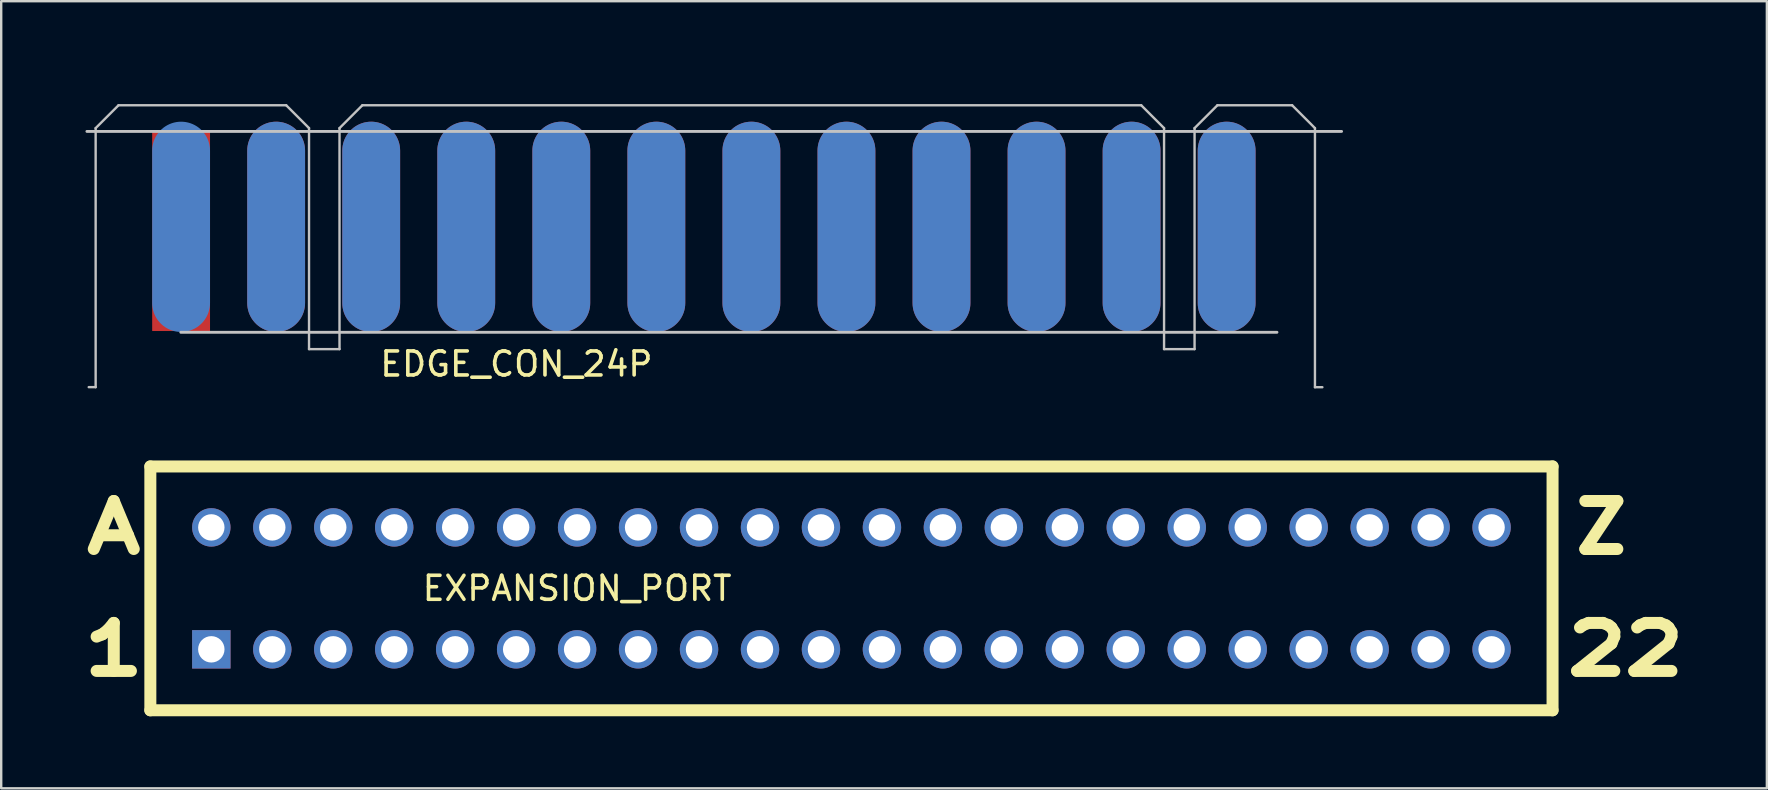
<source format=kicad_pcb>
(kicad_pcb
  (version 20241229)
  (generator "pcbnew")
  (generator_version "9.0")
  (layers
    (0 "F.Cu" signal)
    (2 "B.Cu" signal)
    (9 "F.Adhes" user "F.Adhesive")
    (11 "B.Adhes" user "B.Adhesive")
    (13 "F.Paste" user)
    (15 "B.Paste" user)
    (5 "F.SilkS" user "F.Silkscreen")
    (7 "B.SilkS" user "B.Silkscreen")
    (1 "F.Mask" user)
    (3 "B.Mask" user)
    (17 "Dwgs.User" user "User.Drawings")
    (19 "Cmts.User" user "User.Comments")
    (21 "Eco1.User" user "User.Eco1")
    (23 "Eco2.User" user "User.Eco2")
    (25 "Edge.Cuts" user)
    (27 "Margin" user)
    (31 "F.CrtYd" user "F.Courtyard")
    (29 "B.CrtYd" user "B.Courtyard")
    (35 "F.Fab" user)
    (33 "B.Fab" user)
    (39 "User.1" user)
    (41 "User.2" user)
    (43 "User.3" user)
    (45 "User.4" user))
  (footprint "EDGE_CON_24P"
    (layer "F.Cu")
    (at 4.495 6.4)
    (property "Reference" "EDGE_CON_24P" (at 13.97 5.715 0) (layer "F.SilkS") (effects (font (size 1 1) (thickness 0.15))))
    (attr through_hole)
    (fp_poly (pts (xy -4.445 -6.35) (xy 48.26 -6.35) (xy 48.26 5.08) (xy -4.445 5.08)) (stroke (width 0.1) (type solid)) (fill yes) (layer "F.Mask"))
    (fp_poly (pts (xy -4.445 5.08) (xy 48.26 5.08) (xy 48.26 -6.35) (xy -4.445 -6.35)) (stroke (width 0.1) (type solid)) (fill yes) (layer "B.Mask"))
    (fp_line (start -3.924 -3.975) (end 48.349 -3.975) (stroke (width 0.12) (type solid)) (layer "Dwgs.User"))
    (fp_line (start -3.56 -4.112) (end -2.607 -5.065) (stroke (width 0.1) (type solid)) (layer "Dwgs.User"))
    (fp_line (start -3.56 6.68) (end -3.848 6.68) (stroke (width 0.1) (type solid)) (layer "Dwgs.User"))
    (fp_line (start -3.56 6.68) (end -3.56 -4.112) (stroke (width 0.1) (type solid)) (layer "Dwgs.User"))
    (fp_line (start -2.607 -5.065) (end 4.378 -5.065) (stroke (width 0.1) (type solid)) (layer "Dwgs.User"))
    (fp_line (start -0.013 4.394) (end 45.657 4.394) (stroke (width 0.12) (type solid)) (layer "Dwgs.User"))
    (fp_line (start 4.378 -5.065) (end 5.33 -4.112) (stroke (width 0.1) (type solid)) (layer "Dwgs.User"))
    (fp_line (start 5.33 -4.112) (end 5.33 5.095) (stroke (width 0.1) (type solid)) (layer "Dwgs.User"))
    (fp_line (start 5.33 5.095) (end 6.6 5.095) (stroke (width 0.1) (type solid)) (layer "Dwgs.User"))
    (fp_line (start 6.6 -4.112) (end 7.553 -5.065) (stroke (width 0.1) (type solid)) (layer "Dwgs.User"))
    (fp_line (start 6.6 5.095) (end 6.6 -4.112) (stroke (width 0.1) (type solid)) (layer "Dwgs.User"))
    (fp_line (start 7.553 -5.065) (end 40.001 -5.065) (stroke (width 0.1) (type solid)) (layer "Dwgs.User"))
    (fp_line (start 40.953 -4.112) (end 40.001 -5.065) (stroke (width 0.1) (type solid)) (layer "Dwgs.User"))
    (fp_line (start 40.953 -4.112) (end 40.953 5.095) (stroke (width 0.1) (type solid)) (layer "Dwgs.User"))
    (fp_line (start 40.953 5.095) (end 42.224 5.095) (stroke (width 0.1) (type solid)) (layer "Dwgs.User"))
    (fp_line (start 42.224 -4.112) (end 43.176 -5.065) (stroke (width 0.1) (type solid)) (layer "Dwgs.User"))
    (fp_line (start 42.224 5.095) (end 42.224 -4.112) (stroke (width 0.1) (type solid)) (layer "Dwgs.User"))
    (fp_line (start 43.176 -5.065) (end 46.288 -5.065) (stroke (width 0.1) (type solid)) (layer "Dwgs.User"))
    (fp_line (start 46.288 -5.065) (end 47.24 -4.112) (stroke (width 0.1) (type solid)) (layer "Dwgs.User"))
    (fp_line (start 47.24 -4.112) (end 47.24 6.683) (stroke (width 0.1) (type solid)) (layer "Dwgs.User"))
    (fp_line (start 47.24 6.683) (end 47.549 6.683) (stroke (width 0.1) (type solid)) (layer "Dwgs.User"))
    (pad "1" smd oval (at 43.56 0) (size 2.41 8.76) (layers "F.Cu" "F.Mask"))
    (pad "2" smd oval (at 39.6 0) (size 2.41 8.76) (layers "F.Cu" "F.Mask"))
    (pad "3" smd oval (at 35.64 0) (size 2.41 8.76) (layers "F.Cu" "F.Mask"))
    (pad "4" smd oval (at 31.68 0) (size 2.41 8.76) (layers "F.Cu" "F.Mask"))
    (pad "5" smd oval (at 27.72 0) (size 2.41 8.76) (layers "F.Cu" "F.Mask"))
    (pad "6" smd oval (at 23.76 0) (size 2.41 8.76) (layers "F.Cu" "F.Mask"))
    (pad "7" smd oval (at 19.8 0) (size 2.41 8.76) (layers "F.Cu" "F.Mask"))
    (pad "8" smd oval (at 15.84 0) (size 2.41 8.76) (layers "F.Cu" "F.Mask"))
    (pad "9" smd oval (at 11.88 0) (size 2.41 8.76) (layers "F.Cu" "F.Mask"))
    (pad "10" smd oval (at 7.92 0) (size 2.41 8.76) (layers "F.Cu" "F.Mask"))
    (pad "11" smd oval (at 3.96 0) (size 2.41 8.76) (layers "F.Cu" "F.Mask"))
    (pad "12" smd rect (at 0 0.191) (size 2.41 8.3) (layers "F.Cu" "F.Mask"))
    (pad "A" smd oval (at 43.56 0) (size 2.41 8.76) (layers "B.Cu" "B.Mask"))
    (pad "B" smd oval (at 39.6 0) (size 2.41 8.76) (layers "F.Mask" "B.Cu"))
    (pad "C" smd oval (at 35.64 0) (size 2.41 8.76) (layers "F.Mask" "B.Cu"))
    (pad "D" smd oval (at 31.68 0) (size 2.41 8.76) (layers "F.Mask" "B.Cu"))
    (pad "E" smd oval (at 27.72 0) (size 2.41 8.76) (layers "F.Mask" "B.Cu"))
    (pad "F" smd oval (at 23.76 0) (size 2.41 8.76) (layers "F.Mask" "B.Cu"))
    (pad "H" smd oval (at 19.8 0) (size 2.41 8.76) (layers "F.Mask" "B.Cu"))
    (pad "J" smd oval (at 15.84 0) (size 2.41 8.76) (layers "F.Mask" "B.Cu"))
    (pad "K" smd oval (at 11.88 0) (size 2.41 8.76) (layers "F.Mask" "B.Cu"))
    (pad "L" smd oval (at 7.92 0) (size 2.41 8.76) (layers "F.Mask" "B.Cu"))
    (pad "M" smd oval (at 3.96 0) (size 2.41 8.76) (layers "F.Mask" "B.Cu"))
    (pad "N" smd oval (at 0 0) (size 2.41 8.76) (layers "F.Mask" "B.Cu")))
  (footprint "EXPANSION_PORT"
    (layer "F.Cu")
    (at 5.754 24.003)
    (property "Reference" "EXPANSION_PORT" (at 15.24 -2.54 0) (layer "F.SilkS") (effects (font (size 1 1) (thickness 0.15))))
    (attr through_hole)
    (fp_line (start -2.54 -7.62) (end -2.54 2.54) (stroke (width 0.5) (type solid)) (layer "F.SilkS"))
    (fp_line (start -2.54 -7.62) (end 55.88 -7.62) (stroke (width 0.5) (type solid)) (layer "F.SilkS"))
    (fp_line (start -2.54 2.54) (end 55.88 2.54) (stroke (width 0.5) (type solid)) (layer "F.SilkS"))
    (fp_line (start 55.88 -7.62) (end 55.88 2.54) (stroke (width 0.5) (type solid)) (layer "F.SilkS"))
    (fp_text user "1" (at -4.064 0 0) (layer "F.SilkS") (effects (font (size 2 2.5) (thickness 0.5))))
    (fp_text user "Z" (at 57.912 -5.08 0) (layer "F.SilkS") (effects (font (size 2 2) (thickness 0.5))))
    (fp_text user "22" (at 58.928 0 0) (layer "F.SilkS") (effects (font (size 2 2.5) (thickness 0.5))))
    (fp_text user "A" (at -4.064 -5.08 0) (layer "F.SilkS") (effects (font (size 2 2.5) (thickness 0.5))))
    (pad "1" thru_hole rect (at 0 0) (size 1.6 1.6) (drill 1.1) (layers "*.Cu" "*.Mask"))
    (pad "2" thru_hole circle (at 2.54 0) (size 1.6 1.6) (drill 1.1) (layers "*.Cu" "*.Mask"))
    (pad "3" thru_hole circle (at 5.08 0) (size 1.6 1.6) (drill 1.1) (layers "*.Cu" "*.Mask"))
    (pad "4" thru_hole circle (at 7.62 0) (size 1.6 1.6) (drill 1.1) (layers "*.Cu" "*.Mask"))
    (pad "5" thru_hole circle (at 10.16 0) (size 1.6 1.6) (drill 1.1) (layers "*.Cu" "*.Mask"))
    (pad "6" thru_hole circle (at 12.7 0) (size 1.6 1.6) (drill 1.1) (layers "*.Cu" "*.Mask"))
    (pad "7" thru_hole circle (at 15.24 0) (size 1.6 1.6) (drill 1.1) (layers "*.Cu" "*.Mask"))
    (pad "8" thru_hole circle (at 17.78 0) (size 1.6 1.6) (drill 1.1) (layers "*.Cu" "*.Mask"))
    (pad "9" thru_hole circle (at 20.32 0) (size 1.6 1.6) (drill 1.1) (layers "*.Cu" "*.Mask"))
    (pad "10" thru_hole circle (at 22.86 0) (size 1.6 1.6) (drill 1.1) (layers "*.Cu" "*.Mask"))
    (pad "11" thru_hole circle (at 25.4 0) (size 1.6 1.6) (drill 1.1) (layers "*.Cu" "*.Mask"))
    (pad "12" thru_hole circle (at 27.94 0) (size 1.6 1.6) (drill 1.1) (layers "*.Cu" "*.Mask"))
    (pad "13" thru_hole circle (at 30.48 0) (size 1.6 1.6) (drill 1.1) (layers "*.Cu" "*.Mask"))
    (pad "14" thru_hole circle (at 33.02 0) (size 1.6 1.6) (drill 1.1) (layers "*.Cu" "*.Mask"))
    (pad "15" thru_hole circle (at 35.56 0) (size 1.6 1.6) (drill 1.1) (layers "*.Cu" "*.Mask"))
    (pad "16" thru_hole circle (at 38.1 0) (size 1.6 1.6) (drill 1.1) (layers "*.Cu" "*.Mask"))
    (pad "17" thru_hole circle (at 40.64 0) (size 1.6 1.6) (drill 1.1) (layers "*.Cu" "*.Mask"))
    (pad "18" thru_hole circle (at 43.18 0) (size 1.6 1.6) (drill 1.1) (layers "*.Cu" "*.Mask"))
    (pad "19" thru_hole circle (at 45.72 0) (size 1.6 1.6) (drill 1.1) (layers "*.Cu" "*.Mask"))
    (pad "20" thru_hole circle (at 48.26 0) (size 1.6 1.6) (drill 1.1) (layers "*.Cu" "*.Mask"))
    (pad "21" thru_hole circle (at 50.8 0) (size 1.6 1.6) (drill 1.1) (layers "*.Cu" "*.Mask"))
    (pad "22" thru_hole circle (at 53.34 0) (size 1.6 1.6) (drill 1.1) (layers "*.Cu" "*.Mask"))
    (pad "A" thru_hole circle (at 0 -5.08) (size 1.6 1.6) (drill 1.1) (layers "*.Cu" "*.Mask"))
    (pad "B" thru_hole circle (at 2.54 -5.08) (size 1.6 1.6) (drill 1.1) (layers "*.Cu" "*.Mask"))
    (pad "C" thru_hole circle (at 5.08 -5.08) (size 1.6 1.6) (drill 1.1) (layers "*.Cu" "*.Mask"))
    (pad "D" thru_hole circle (at 7.62 -5.08) (size 1.6 1.6) (drill 1.1) (layers "*.Cu" "*.Mask"))
    (pad "E" thru_hole circle (at 10.16 -5.08) (size 1.6 1.6) (drill 1.1) (layers "*.Cu" "*.Mask"))
    (pad "F" thru_hole circle (at 12.7 -5.08) (size 1.6 1.6) (drill 1.1) (layers "*.Cu" "*.Mask"))
    (pad "H" thru_hole circle (at 15.24 -5.08) (size 1.6 1.6) (drill 1.1) (layers "*.Cu" "*.Mask"))
    (pad "J" thru_hole circle (at 17.78 -5.08) (size 1.6 1.6) (drill 1.1) (layers "*.Cu" "*.Mask"))
    (pad "K" thru_hole circle (at 20.32 -5.08) (size 1.6 1.6) (drill 1.1) (layers "*.Cu" "*.Mask"))
    (pad "L" thru_hole circle (at 22.86 -5.08) (size 1.6 1.6) (drill 1.1) (layers "*.Cu" "*.Mask"))
    (pad "M" thru_hole circle (at 25.4 -5.08) (size 1.6 1.6) (drill 1.1) (layers "*.Cu" "*.Mask"))
    (pad "N" thru_hole circle (at 27.94 -5.08) (size 1.6 1.6) (drill 1.1) (layers "*.Cu" "*.Mask"))
    (pad "P" thru_hole circle (at 30.48 -5.08) (size 1.6 1.6) (drill 1.1) (layers "*.Cu" "*.Mask"))
    (pad "R" thru_hole circle (at 33.02 -5.08) (size 1.6 1.6) (drill 1.1) (layers "*.Cu" "*.Mask"))
    (pad "S" thru_hole circle (at 35.56 -5.08) (size 1.6 1.6) (drill 1.1) (layers "*.Cu" "*.Mask"))
    (pad "T" thru_hole circle (at 38.1 -5.08) (size 1.6 1.6) (drill 1.1) (layers "*.Cu" "*.Mask"))
    (pad "U" thru_hole circle (at 40.64 -5.08) (size 1.6 1.6) (drill 1.1) (layers "*.Cu" "*.Mask"))
    (pad "V" thru_hole circle (at 43.18 -5.08) (size 1.6 1.6) (drill 1.1) (layers "*.Cu" "*.Mask"))
    (pad "W" thru_hole circle (at 45.72 -5.08) (size 1.6 1.6) (drill 1.1) (layers "*.Cu" "*.Mask"))
    (pad "X" thru_hole circle (at 48.26 -5.08) (size 1.6 1.6) (drill 1.1) (layers "*.Cu" "*.Mask"))
    (pad "Y" thru_hole circle (at 50.8 -5.08) (size 1.6 1.6) (drill 1.1) (layers "*.Cu" "*.Mask"))
    (pad "Z" thru_hole circle (at 53.34 -5.08) (size 1.6 1.6) (drill 1.1) (layers "*.Cu" "*.Mask")))
  (gr_rect
    (start -3 -3)
    (end 70.563 29.793)
    (stroke (width 0.1) (type default))
    (fill no)
    (layer "Edge.Cuts")))
</source>
